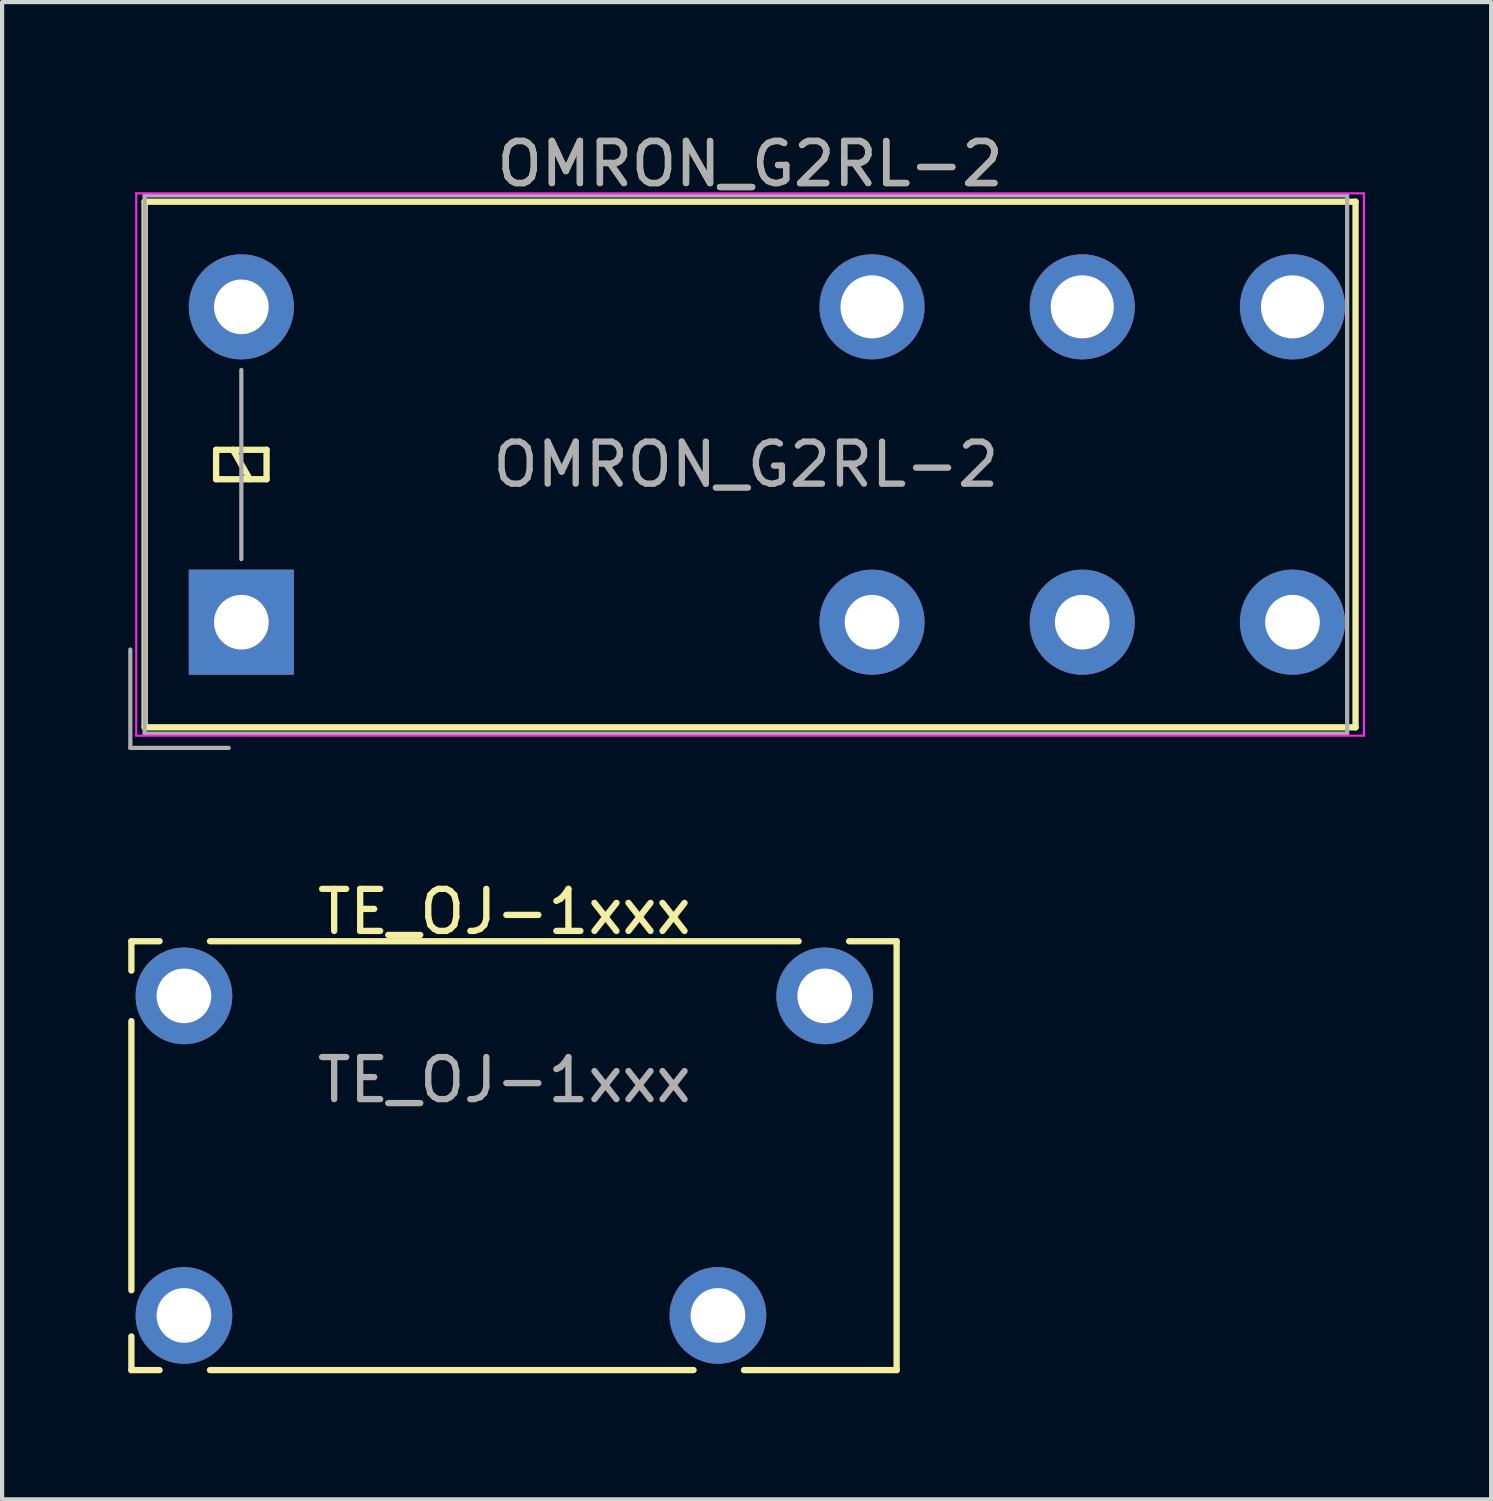
<source format=kicad_pcb>
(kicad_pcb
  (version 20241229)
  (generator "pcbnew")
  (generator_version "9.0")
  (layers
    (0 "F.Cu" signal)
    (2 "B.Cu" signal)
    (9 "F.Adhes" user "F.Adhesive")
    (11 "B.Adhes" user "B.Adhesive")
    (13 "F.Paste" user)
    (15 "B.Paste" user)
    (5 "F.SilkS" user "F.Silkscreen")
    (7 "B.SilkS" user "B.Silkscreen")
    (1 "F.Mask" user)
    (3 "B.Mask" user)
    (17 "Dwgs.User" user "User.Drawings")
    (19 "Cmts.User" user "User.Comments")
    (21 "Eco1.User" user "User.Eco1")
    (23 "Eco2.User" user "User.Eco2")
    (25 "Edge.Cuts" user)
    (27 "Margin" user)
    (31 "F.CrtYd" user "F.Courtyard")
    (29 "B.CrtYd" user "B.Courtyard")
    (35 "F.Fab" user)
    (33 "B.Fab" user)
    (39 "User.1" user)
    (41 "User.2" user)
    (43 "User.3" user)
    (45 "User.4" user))
  (footprint "OMRON_G2RL-2"
    (layer "F.Cu")
    (at 2.69 11.748)
    (property "Reference" "OMRON_G2RL-2" (at 12.1 -10.9 180) (layer "F.SilkS") (effects (font (size 1 1) (thickness 0.15))))
    (attr through_hole)
    (fp_line (start -2.3 -10) (end -2.3 2.5) (stroke (width 0.15) (type solid)) (layer "F.SilkS"))
    (fp_line (start -0.6 -4.1) (end -0.6 -3.4) (stroke (width 0.15) (type solid)) (layer "F.SilkS"))
    (fp_line (start -0.6 -3.4) (end 0.6 -3.4) (stroke (width 0.15) (type solid)) (layer "F.SilkS"))
    (fp_line (start 0.2 -3.4) (end -0.2 -4.1) (stroke (width 0.15) (type solid)) (layer "F.SilkS"))
    (fp_line (start 0.6 -4.1) (end -0.6 -4.1) (stroke (width 0.15) (type solid)) (layer "F.SilkS"))
    (fp_line (start 0.6 -3.4) (end 0.6 -4.1) (stroke (width 0.15) (type solid)) (layer "F.SilkS"))
    (fp_line (start 26.5 -10) (end -2.3 -10) (stroke (width 0.15) (type solid)) (layer "F.SilkS"))
    (fp_line (start 26.5 2.5) (end -2.3 2.5) (stroke (width 0.15) (type solid)) (layer "F.SilkS"))
    (fp_line (start 26.5 2.5) (end 26.5 -10) (stroke (width 0.15) (type solid)) (layer "F.SilkS"))
    (fp_line (start -2.5 -10.2) (end 26.7 -10.2) (stroke (width 0.05) (type solid)) (layer "F.CrtYd"))
    (fp_line (start -2.5 2.7) (end -2.5 -10.2) (stroke (width 0.05) (type solid)) (layer "F.CrtYd"))
    (fp_line (start 26.7 -10.2) (end 26.7 2.7) (stroke (width 0.05) (type solid)) (layer "F.CrtYd"))
    (fp_line (start 26.7 2.7) (end -2.5 2.7) (stroke (width 0.05) (type solid)) (layer "F.CrtYd"))
    (fp_line (start -2.64 2.99) (end -2.64 0.65) (stroke (width 0.1) (type solid)) (layer "F.Fab"))
    (fp_line (start -2.3 -10.15) (end -2.3 2.65) (stroke (width 0.1) (type solid)) (layer "F.Fab"))
    (fp_line (start -2.3 2.65) (end 26.3 2.65) (stroke (width 0.1) (type solid)) (layer "F.Fab"))
    (fp_line (start -0.3 2.99) (end -2.64 2.99) (stroke (width 0.1) (type solid)) (layer "F.Fab"))
    (fp_line (start 0 -1.5) (end 0 -6) (stroke (width 0.1) (type solid)) (layer "F.Fab"))
    (fp_line (start 26.3 -10.15) (end -2.3 -10.15) (stroke (width 0.1) (type solid)) (layer "F.Fab"))
    (fp_line (start 26.3 2.65) (end 26.3 -10.15) (stroke (width 0.1) (type solid)) (layer "F.Fab"))
    (fp_text user "${REFERENCE}" (at 12.1 -10.9 0) (layer "F.Fab") (effects (font (size 1 1) (thickness 0.15))))
    (fp_text user "${REFERENCE}" (at 12 -3.75 180) (layer "F.Fab") (effects (font (size 1 1) (thickness 0.15))))
    (pad "1" thru_hole rect (at 0 0 90) (size 2.5 2.5) (drill 1.3) (layers "*.Cu" "*.Mask"))
    (pad "2" thru_hole oval (at 15 0 90) (size 2.5 2.5) (drill 1.3) (layers "*.Cu" "*.Mask"))
    (pad "3" thru_hole oval (at 20 0 90) (size 2.5 2.5) (drill 1.3) (layers "*.Cu" "*.Mask"))
    (pad "4" thru_hole oval (at 25 0 90) (size 2.5 2.5) (drill 1.3) (layers "*.Cu" "*.Mask"))
    (pad "5" thru_hole oval (at 25 -7.5 90) (size 2.5 2.5) (drill 1.5) (layers "*.Cu" "*.Mask"))
    (pad "6" thru_hole oval (at 20 -7.5 90) (size 2.5 2.5) (drill 1.5) (layers "*.Cu" "*.Mask"))
    (pad "7" thru_hole oval (at 15 -7.5 90) (size 2.5 2.5) (drill 1.5) (layers "*.Cu" "*.Mask"))
    (pad "8" thru_hole oval (at 0 -7.5 90) (size 2.5 2.5) (drill 1.3) (layers "*.Cu" "*.Mask")))
  (footprint "TE_OJ-1xxx"
    (layer "F.Cu")
    (at 8.945 24.436)
    (property "Reference" "TE_OJ-1xxx" (at 0 -5.8 0) (layer "F.SilkS") (effects (font (size 1 1) (thickness 0.15))))
    (attr through_hole)
    (fp_line (start -8.87 -5.1) (end -8.87 -4.4) (stroke (width 0.15) (type solid)) (layer "F.SilkS"))
    (fp_line (start -8.87 -3.2) (end -8.87 3.2) (stroke (width 0.15) (type solid)) (layer "F.SilkS"))
    (fp_line (start -8.87 5.1) (end -8.87 4.3) (stroke (width 0.15) (type solid)) (layer "F.SilkS"))
    (fp_line (start -8.87 5.1) (end -8.2 5.1) (stroke (width 0.15) (type solid)) (layer "F.SilkS"))
    (fp_line (start -8.2 -5.1) (end -8.87 -5.1) (stroke (width 0.15) (type solid)) (layer "F.SilkS"))
    (fp_line (start 4.5 5.1) (end -7 5.1) (stroke (width 0.15) (type solid)) (layer "F.SilkS"))
    (fp_line (start 7 -5.1) (end -7 -5.1) (stroke (width 0.15) (type solid)) (layer "F.SilkS"))
    (fp_line (start 8.2 -5.1) (end 9.33 -5.1) (stroke (width 0.15) (type solid)) (layer "F.SilkS"))
    (fp_line (start 9.33 -5.1) (end 9.33 5.1) (stroke (width 0.15) (type solid)) (layer "F.SilkS"))
    (fp_line (start 9.33 5.1) (end 5.7 5.1) (stroke (width 0.15) (type solid)) (layer "F.SilkS"))
    (fp_text user "${REFERENCE}" (at 0 -1.8 0) (layer "F.Fab") (effects (font (size 1 1) (thickness 0.15))))
    (pad "1" thru_hole circle (at -7.62 3.8) (size 2.3 2.3) (drill 1.3) (layers "*.Cu" "*.Mask"))
    (pad "2" thru_hole circle (at 5.08 3.8) (size 2.3 2.3) (drill 1.3) (layers "*.Cu" "*.Mask"))
    (pad "3" thru_hole circle (at 7.62 -3.8) (size 2.3 2.3) (drill 1.3) (layers "*.Cu" "*.Mask"))
    (pad "4" thru_hole circle (at -7.62 -3.8) (size 2.3 2.3) (drill 1.3) (layers "*.Cu" "*.Mask")))
  (gr_rect
    (start -3 -3)
    (end 32.415 32.611)
    (stroke (width 0.1) (type default))
    (fill no)
    (layer "Edge.Cuts")))
</source>
